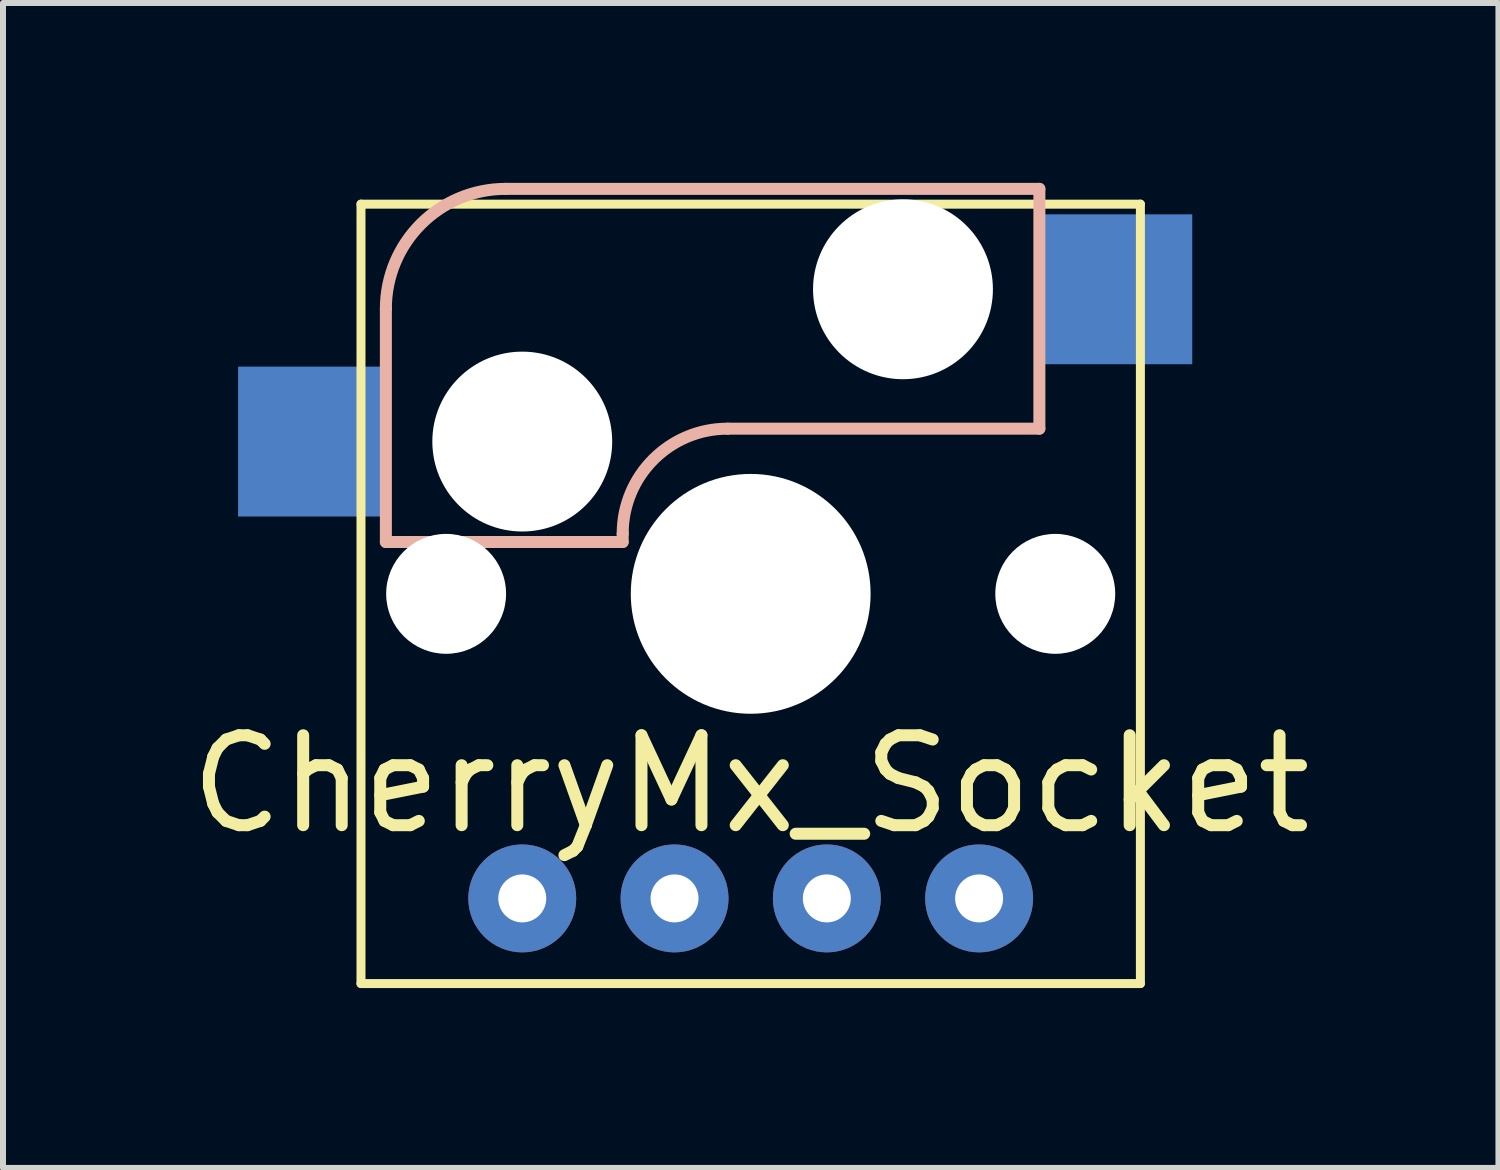
<source format=kicad_pcb>
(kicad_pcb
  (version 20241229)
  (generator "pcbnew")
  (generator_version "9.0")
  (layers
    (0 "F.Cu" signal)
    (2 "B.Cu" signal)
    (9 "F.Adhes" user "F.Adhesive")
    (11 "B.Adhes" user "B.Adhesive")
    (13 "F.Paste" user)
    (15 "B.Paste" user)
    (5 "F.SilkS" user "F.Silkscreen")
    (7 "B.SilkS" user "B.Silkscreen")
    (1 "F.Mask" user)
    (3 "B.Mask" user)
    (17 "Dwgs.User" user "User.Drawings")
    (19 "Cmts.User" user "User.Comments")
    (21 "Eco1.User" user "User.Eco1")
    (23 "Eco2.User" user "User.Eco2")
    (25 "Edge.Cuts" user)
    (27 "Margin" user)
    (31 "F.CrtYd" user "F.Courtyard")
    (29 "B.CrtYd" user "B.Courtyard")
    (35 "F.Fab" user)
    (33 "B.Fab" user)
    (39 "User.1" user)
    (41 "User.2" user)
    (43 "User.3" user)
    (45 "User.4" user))
  (footprint "CherryMx_Socket"
    (layer "F.Cu")
    (at 9.471 6.855)
    (property "Reference" "CherryMx_Socket" (at 0 3.175 180) (layer "F.SilkS") (effects (font (size 1.5 1.5) (thickness 0.2))))
    (attr through_hole)
    (fp_line (start -6.5 -6.5) (end 6.5 -6.5) (stroke (width 0.15) (type solid)) (layer "F.SilkS"))
    (fp_line (start -6.5 6.5) (end -6.5 -6.5) (stroke (width 0.15) (type solid)) (layer "F.SilkS"))
    (fp_line (start 6.5 -6.5) (end 6.5 6.5) (stroke (width 0.15) (type solid)) (layer "F.SilkS"))
    (fp_line (start 6.5 6.5) (end -6.5 6.5) (stroke (width 0.15) (type solid)) (layer "F.SilkS"))
    (fp_line (start -6.085 -4.755) (end -6.085 -0.865) (stroke (width 0.2) (type solid)) (layer "B.SilkS"))
    (fp_line (start -6.085 -0.865) (end -2.135 -0.865) (stroke (width 0.2) (type solid)) (layer "B.SilkS"))
    (fp_line (start -4.085 -6.755) (end 4.815 -6.755) (stroke (width 0.2) (type solid)) (layer "B.SilkS"))
    (fp_line (start -2.135 -1.005) (end -2.135 -0.865) (stroke (width 0.2) (type solid)) (layer "B.SilkS"))
    (fp_line (start -0.385 -2.755) (end 4.815 -2.755) (stroke (width 0.2) (type solid)) (layer "B.SilkS"))
    (fp_line (start 4.815 -6.755) (end 4.815 -2.755) (stroke (width 0.2) (type solid)) (layer "B.SilkS"))
    (fp_arc (start -6.084999 -4.754999) (mid -5.499213 -6.169213) (end -4.084999 -6.754999) (stroke (width 0.2) (type solid)) (layer "B.SilkS"))
    (fp_arc (start -2.134999 -1.004999) (mid -1.622436 -2.242436) (end -0.384999 -2.754999) (stroke (width 0.2) (type solid)) (layer "B.SilkS"))
    (fp_arc (start -0.25 0) (mid 0 -0.25) (end 0.25 0) (stroke (width 0.1) (type solid)) (layer "B.SilkS"))
    (fp_arc (start 0.25 0) (mid 0 0.25) (end -0.25 0) (stroke (width 0.1) (type solid)) (layer "B.SilkS"))
    (pad "" np_thru_hole circle (at -5.08 0) (size 2 2) (drill 2) (layers "*.Cu" "*.Mask"))
    (pad "" np_thru_hole circle (at -3.81 -2.54) (size 3 3) (drill 3) (layers "*.Cu" "*.Mask"))
    (pad "" thru_hole circle (at -3.81 5.08) (size 1.8 1.8) (drill 0.8) (layers "*.Cu" "*.Mask"))
    (pad "" thru_hole circle (at -1.27 5.08) (size 1.8 1.8) (drill 0.8) (layers "*.Cu" "*.Mask"))
    (pad "" np_thru_hole circle (at 0 0) (size 4 4) (drill 4) (layers "*.Cu" "*.Mask"))
    (pad "" thru_hole circle (at 1.27 5.08) (size 1.8 1.8) (drill 0.8) (layers "*.Cu" "*.Mask"))
    (pad "" np_thru_hole circle (at 2.54 -5.08) (size 3 3) (drill 3) (layers "*.Cu" "*.Mask"))
    (pad "" thru_hole circle (at 3.81 5.08) (size 1.8 1.8) (drill 0.8) (layers "*.Cu" "*.Mask"))
    (pad "" np_thru_hole circle (at 5.08 0) (size 2 2) (drill 2) (layers "*.Cu" "*.Mask"))
    (pad "1" smd rect (at -7.317 -2.54) (size 2.465 2.5) (layers "B.Cu" "B.Mask" "B.Paste"))
    (pad "2" smd rect (at 6.09 -5.08) (size 2.55 2.5) (layers "B.Cu" "B.Mask" "B.Paste")))
  (gr_rect
    (start -3 -3)
    (end 21.943 16.43)
    (stroke (width 0.1) (type default))
    (fill no)
    (layer "Edge.Cuts")))
</source>
